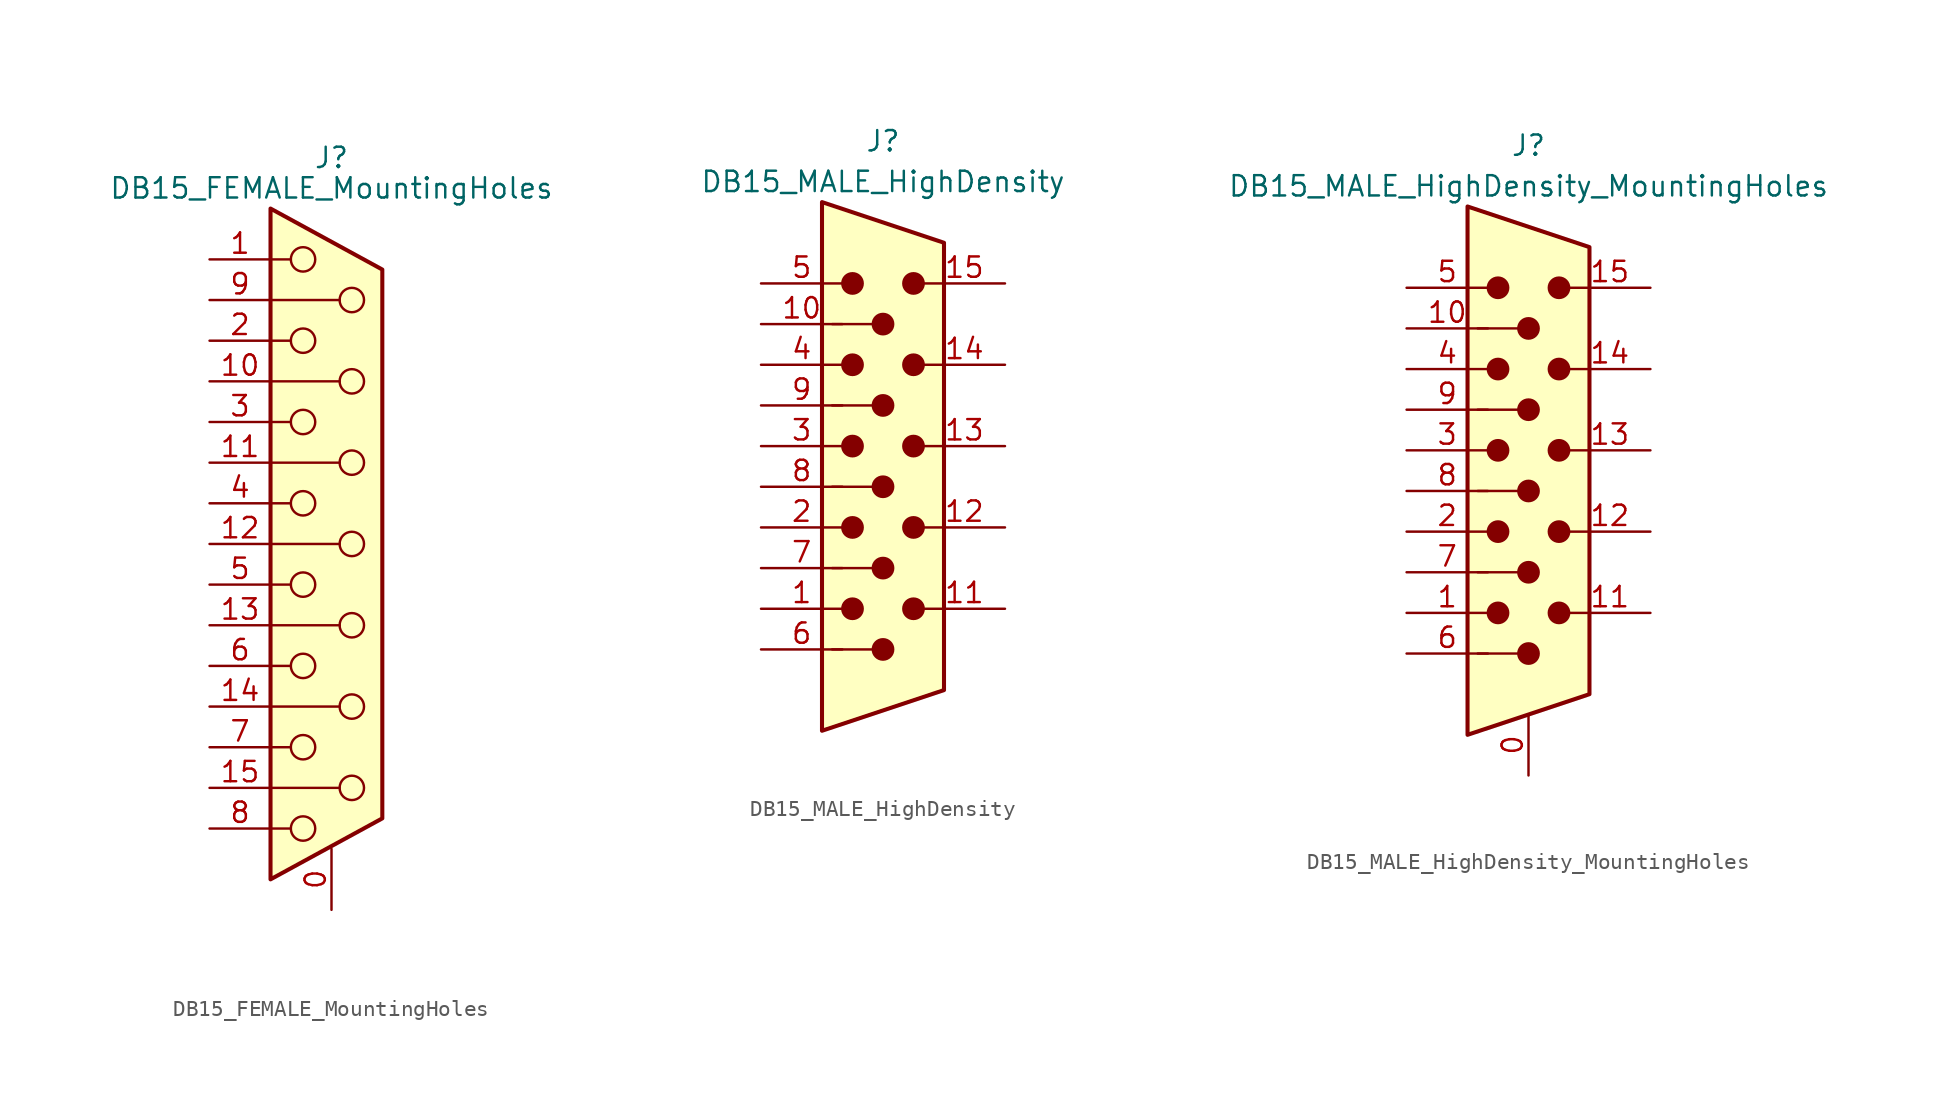
<source format=kicad_sym>
(kicad_symbol_lib
  (version 20211014)
  (generator kicad_symbol_editor)
  (symbol "DB15_FEMALE_MountingHoles"
    (pin_names
      (offset 1.016) hide)
    (property "Reference" "J"
      (at 0 24.13 0)
      (effects (font (size 1.27 1.27))))
    (property "Value" "DB15_FEMALE_MountingHoles"
      (at 0 22.225 0)
      (effects (font (size 1.27 1.27))))
    (symbol "DB15_FEMALE_MountingHoles_0_1"
      (circle (center -1.778 -17.78) (radius 0.762) (stroke (width 0) (type default) (color 0 0 0 0)) (fill (type none)))
      (circle (center -1.778 -12.7) (radius 0.762) (stroke (width 0) (type default) (color 0 0 0 0)) (fill (type none)))
      (circle (center -1.778 -7.62) (radius 0.762) (stroke (width 0) (type default) (color 0 0 0 0)) (fill (type none)))
      (circle (center -1.778 -2.54) (radius 0.762) (stroke (width 0) (type default) (color 0 0 0 0)) (fill (type none)))
      (circle (center -1.778 2.54) (radius 0.762) (stroke (width 0) (type default) (color 0 0 0 0)) (fill (type none)))
      (circle (center -1.778 7.62) (radius 0.762) (stroke (width 0) (type default) (color 0 0 0 0)) (fill (type none)))
      (circle (center -1.778 12.7) (radius 0.762) (stroke (width 0) (type default) (color 0 0 0 0)) (fill (type none)))
      (circle (center -1.778 17.78) (radius 0.762) (stroke (width 0) (type default) (color 0 0 0 0)) (fill (type none)))
      (polyline (pts (xy -3.81 -17.78) (xy -2.54 -17.78)) (stroke (width 0) (type default) (color 0 0 0 0)) (fill (type none)))
      (polyline (pts (xy -3.81 -15.24) (xy 0.508 -15.24)) (stroke (width 0) (type default) (color 0 0 0 0)) (fill (type none)))
      (polyline (pts (xy -3.81 -12.7) (xy -2.54 -12.7)) (stroke (width 0) (type default) (color 0 0 0 0)) (fill (type none)))
      (polyline (pts (xy -3.81 -10.16) (xy 0.508 -10.16)) (stroke (width 0) (type default) (color 0 0 0 0)) (fill (type none)))
      (polyline (pts (xy -3.81 -7.62) (xy -2.54 -7.62)) (stroke (width 0) (type default) (color 0 0 0 0)) (fill (type none)))
      (polyline (pts (xy -3.81 -5.08) (xy 0.508 -5.08)) (stroke (width 0) (type default) (color 0 0 0 0)) (fill (type none)))
      (polyline (pts (xy -3.81 -2.54) (xy -2.54 -2.54)) (stroke (width 0) (type default) (color 0 0 0 0)) (fill (type none)))
      (polyline (pts (xy -3.81 0) (xy 0.508 0)) (stroke (width 0) (type default) (color 0 0 0 0)) (fill (type none)))
      (polyline (pts (xy -3.81 2.54) (xy -2.54 2.54)) (stroke (width 0) (type default) (color 0 0 0 0)) (fill (type none)))
      (polyline (pts (xy -3.81 5.08) (xy 0.508 5.08)) (stroke (width 0) (type default) (color 0 0 0 0)) (fill (type none)))
      (polyline (pts (xy -3.81 7.62) (xy -2.54 7.62)) (stroke (width 0) (type default) (color 0 0 0 0)) (fill (type none)))
      (polyline (pts (xy -3.81 10.16) (xy 0.508 10.16)) (stroke (width 0) (type default) (color 0 0 0 0)) (fill (type none)))
      (polyline (pts (xy -3.81 12.7) (xy -2.54 12.7)) (stroke (width 0) (type default) (color 0 0 0 0)) (fill (type none)))
      (polyline (pts (xy -3.81 15.24) (xy 0.508 15.24)) (stroke (width 0) (type default) (color 0 0 0 0)) (fill (type none)))
      (polyline (pts (xy -3.81 17.78) (xy -2.54 17.78)) (stroke (width 0) (type default) (color 0 0 0 0)) (fill (type none)))
      (polyline (pts (xy -3.81 20.955) (xy 3.175 17.145) (xy 3.175 -17.145) (xy -3.81 -20.955) (xy -3.81 20.955)) (stroke (width 0.254) (type default) (color 0 0 0 0)) (fill (type background)))
      (circle (center 1.27 -15.24) (radius 0.762) (stroke (width 0) (type default) (color 0 0 0 0)) (fill (type none)))
      (circle (center 1.27 -10.16) (radius 0.762) (stroke (width 0) (type default) (color 0 0 0 0)) (fill (type none)))
      (circle (center 1.27 -5.08) (radius 0.762) (stroke (width 0) (type default) (color 0 0 0 0)) (fill (type none)))
      (circle (center 1.27 0) (radius 0.762) (stroke (width 0) (type default) (color 0 0 0 0)) (fill (type none)))
      (circle (center 1.27 5.08) (radius 0.762) (stroke (width 0) (type default) (color 0 0 0 0)) (fill (type none)))
      (circle (center 1.27 10.16) (radius 0.762) (stroke (width 0) (type default) (color 0 0 0 0)) (fill (type none)))
      (circle (center 1.27 15.24) (radius 0.762) (stroke (width 0) (type default) (color 0 0 0 0)) (fill (type none))))
    (symbol "DB15_FEMALE_MountingHoles_1_1"
      (pin passive line (at 0 -22.86 90) (length 3.81) (name "PAD" (effects (font (size 1.27 1.27)))) (number "0" (effects (font (size 1.27 1.27)))))
      (pin passive line (at -7.62 17.78 0) (length 3.81) (name "1" (effects (font (size 1.27 1.27)))) (number "1" (effects (font (size 1.27 1.27)))))
      (pin passive line (at -7.62 10.16 0) (length 3.81) (name "P10" (effects (font (size 1.27 1.27)))) (number "10" (effects (font (size 1.27 1.27)))))
      (pin passive line (at -7.62 5.08 0) (length 3.81) (name "P111" (effects (font (size 1.27 1.27)))) (number "11" (effects (font (size 1.27 1.27)))))
      (pin passive line (at -7.62 0 0) (length 3.81) (name "P12" (effects (font (size 1.27 1.27)))) (number "12" (effects (font (size 1.27 1.27)))))
      (pin passive line (at -7.62 -5.08 0) (length 3.81) (name "P13" (effects (font (size 1.27 1.27)))) (number "13" (effects (font (size 1.27 1.27)))))
      (pin passive line (at -7.62 -10.16 0) (length 3.81) (name "P14" (effects (font (size 1.27 1.27)))) (number "14" (effects (font (size 1.27 1.27)))))
      (pin passive line (at -7.62 -15.24 0) (length 3.81) (name "P15" (effects (font (size 1.27 1.27)))) (number "15" (effects (font (size 1.27 1.27)))))
      (pin passive line (at -7.62 12.7 0) (length 3.81) (name "2" (effects (font (size 1.27 1.27)))) (number "2" (effects (font (size 1.27 1.27)))))
      (pin passive line (at -7.62 7.62 0) (length 3.81) (name "3" (effects (font (size 1.27 1.27)))) (number "3" (effects (font (size 1.27 1.27)))))
      (pin passive line (at -7.62 2.54 0) (length 3.81) (name "4" (effects (font (size 1.27 1.27)))) (number "4" (effects (font (size 1.27 1.27)))))
      (pin passive line (at -7.62 -2.54 0) (length 3.81) (name "5" (effects (font (size 1.27 1.27)))) (number "5" (effects (font (size 1.27 1.27)))))
      (pin passive line (at -7.62 -7.62 0) (length 3.81) (name "6" (effects (font (size 1.27 1.27)))) (number "6" (effects (font (size 1.27 1.27)))))
      (pin passive line (at -7.62 -12.7 0) (length 3.81) (name "7" (effects (font (size 1.27 1.27)))) (number "7" (effects (font (size 1.27 1.27)))))
      (pin passive line (at -7.62 -17.78 0) (length 3.81) (name "8" (effects (font (size 1.27 1.27)))) (number "8" (effects (font (size 1.27 1.27)))))
      (pin passive line (at -7.62 15.24 0) (length 3.81) (name "P9" (effects (font (size 1.27 1.27)))) (number "9" (effects (font (size 1.27 1.27)))))))
  (symbol "DB15_MALE_HighDensity"
    (pin_names
      (offset 1.016) hide)
    (property "Reference" "J"
      (at 0 21.59 0)
      (effects (font (size 1.27 1.27))))
    (property "Value" "DB15_MALE_HighDensity"
      (at 0 19.05 0)
      (effects (font (size 1.27 1.27))))
    (symbol "DB15_MALE_HighDensity_0_1"
      (circle (center -1.905 -7.62) (radius 0.635) (stroke (width 0) (type default) (color 0 0 0 0)) (fill (type outline)))
      (circle (center -1.905 -2.54) (radius 0.635) (stroke (width 0) (type default) (color 0 0 0 0)) (fill (type outline)))
      (circle (center -1.905 2.54) (radius 0.635) (stroke (width 0) (type default) (color 0 0 0 0)) (fill (type outline)))
      (circle (center -1.905 7.62) (radius 0.635) (stroke (width 0) (type default) (color 0 0 0 0)) (fill (type outline)))
      (circle (center -1.905 12.7) (radius 0.635) (stroke (width 0) (type default) (color 0 0 0 0)) (fill (type outline)))
      (circle (center 0 -10.16) (radius 0.635) (stroke (width 0) (type default) (color 0 0 0 0)) (fill (type outline)))
      (circle (center 0 -5.08) (radius 0.635) (stroke (width 0) (type default) (color 0 0 0 0)) (fill (type outline)))
      (polyline (pts (xy -3.175 -5.08) (xy -0.635 -5.08)) (stroke (width 0) (type default) (color 0 0 0 0)) (fill (type none)))
      (polyline (pts (xy -0.635 -10.16) (xy -3.175 -10.16)) (stroke (width 0) (type default) (color 0 0 0 0)) (fill (type none)))
      (polyline (pts (xy -0.635 0) (xy -3.175 0)) (stroke (width 0) (type default) (color 0 0 0 0)) (fill (type none)))
      (polyline (pts (xy -0.635 5.08) (xy -3.175 5.08)) (stroke (width 0) (type default) (color 0 0 0 0)) (fill (type none)))
      (polyline (pts (xy -0.635 10.16) (xy -3.175 10.16)) (stroke (width 0) (type default) (color 0 0 0 0)) (fill (type none)))
      (polyline (pts (xy -3.81 17.78) (xy -3.81 -15.24) (xy 3.81 -12.7) (xy 3.81 15.24) (xy -3.81 17.78)) (stroke (width 0.254) (type default) (color 0 0 0 0)) (fill (type background)))
      (circle (center 0 0) (radius 0.635) (stroke (width 0) (type default) (color 0 0 0 0)) (fill (type outline)))
      (circle (center 0 5.08) (radius 0.635) (stroke (width 0) (type default) (color 0 0 0 0)) (fill (type outline)))
      (circle (center 0 10.16) (radius 0.635) (stroke (width 0) (type default) (color 0 0 0 0)) (fill (type outline)))
      (circle (center 1.905 -7.62) (radius 0.635) (stroke (width 0) (type default) (color 0 0 0 0)) (fill (type outline)))
      (circle (center 1.905 -2.54) (radius 0.635) (stroke (width 0) (type default) (color 0 0 0 0)) (fill (type outline)))
      (circle (center 1.905 2.54) (radius 0.635) (stroke (width 0) (type default) (color 0 0 0 0)) (fill (type outline)))
      (circle (center 1.905 7.62) (radius 0.635) (stroke (width 0) (type default) (color 0 0 0 0)) (fill (type outline)))
      (circle (center 1.905 12.7) (radius 0.635) (stroke (width 0) (type default) (color 0 0 0 0)) (fill (type outline))))
    (symbol "DB15_MALE_HighDensity_1_1"
      (pin passive line (at -7.62 -7.62 0) (length 5.08) (name "~" (effects (font (size 1.27 1.27)))) (number "1" (effects (font (size 1.27 1.27)))))
      (pin passive line (at -7.62 10.16 0) (length 5.08) (name "~" (effects (font (size 1.27 1.27)))) (number "10" (effects (font (size 1.27 1.27)))))
      (pin passive line (at 7.62 -7.62 180) (length 5.08) (name "~" (effects (font (size 1.27 1.27)))) (number "11" (effects (font (size 1.27 1.27)))))
      (pin passive line (at 7.62 -2.54 180) (length 5.08) (name "~" (effects (font (size 1.27 1.27)))) (number "12" (effects (font (size 1.27 1.27)))))
      (pin passive line (at 7.62 2.54 180) (length 5.08) (name "~" (effects (font (size 1.27 1.27)))) (number "13" (effects (font (size 1.27 1.27)))))
      (pin passive line (at 7.62 7.62 180) (length 5.08) (name "~" (effects (font (size 1.27 1.27)))) (number "14" (effects (font (size 1.27 1.27)))))
      (pin passive line (at 7.62 12.7 180) (length 5.08) (name "~" (effects (font (size 1.27 1.27)))) (number "15" (effects (font (size 1.27 1.27)))))
      (pin passive line (at -7.62 -2.54 0) (length 5.08) (name "~" (effects (font (size 1.27 1.27)))) (number "2" (effects (font (size 1.27 1.27)))))
      (pin passive line (at -7.62 2.54 0) (length 5.08) (name "~" (effects (font (size 1.27 1.27)))) (number "3" (effects (font (size 1.27 1.27)))))
      (pin passive line (at -7.62 7.62 0) (length 5.08) (name "~" (effects (font (size 1.27 1.27)))) (number "4" (effects (font (size 1.27 1.27)))))
      (pin passive line (at -7.62 12.7 0) (length 5.08) (name "~" (effects (font (size 1.27 1.27)))) (number "5" (effects (font (size 1.27 1.27)))))
      (pin passive line (at -7.62 -10.16 0) (length 5.08) (name "~" (effects (font (size 1.27 1.27)))) (number "6" (effects (font (size 1.27 1.27)))))
      (pin passive line (at -7.62 -5.08 0) (length 5.08) (name "~" (effects (font (size 1.27 1.27)))) (number "7" (effects (font (size 1.27 1.27)))))
      (pin passive line (at -7.62 0 0) (length 5.08) (name "~" (effects (font (size 1.27 1.27)))) (number "8" (effects (font (size 1.27 1.27)))))
      (pin passive line (at -7.62 5.08 0) (length 5.08) (name "~" (effects (font (size 1.27 1.27)))) (number "9" (effects (font (size 1.27 1.27)))))))
  (symbol "DB15_MALE_HighDensity_MountingHoles"
    (pin_names
      (offset 1.016) hide)
    (property "Reference" "J"
      (at 0 21.59 0)
      (effects (font (size 1.27 1.27))))
    (property "Value" "DB15_MALE_HighDensity_MountingHoles"
      (at 0 19.05 0)
      (effects (font (size 1.27 1.27))))
    (symbol "DB15_MALE_HighDensity_MountingHoles_0_1"
      (circle (center -1.905 -7.62) (radius 0.635) (stroke (width 0) (type default) (color 0 0 0 0)) (fill (type outline)))
      (circle (center -1.905 -2.54) (radius 0.635) (stroke (width 0) (type default) (color 0 0 0 0)) (fill (type outline)))
      (circle (center -1.905 2.54) (radius 0.635) (stroke (width 0) (type default) (color 0 0 0 0)) (fill (type outline)))
      (circle (center -1.905 7.62) (radius 0.635) (stroke (width 0) (type default) (color 0 0 0 0)) (fill (type outline)))
      (circle (center -1.905 12.7) (radius 0.635) (stroke (width 0) (type default) (color 0 0 0 0)) (fill (type outline)))
      (circle (center 0 -10.16) (radius 0.635) (stroke (width 0) (type default) (color 0 0 0 0)) (fill (type outline)))
      (circle (center 0 -5.08) (radius 0.635) (stroke (width 0) (type default) (color 0 0 0 0)) (fill (type outline)))
      (polyline (pts (xy -3.175 -5.08) (xy -0.635 -5.08)) (stroke (width 0) (type default) (color 0 0 0 0)) (fill (type none)))
      (polyline (pts (xy -0.635 -10.16) (xy -3.175 -10.16)) (stroke (width 0) (type default) (color 0 0 0 0)) (fill (type none)))
      (polyline (pts (xy -0.635 0) (xy -3.175 0)) (stroke (width 0) (type default) (color 0 0 0 0)) (fill (type none)))
      (polyline (pts (xy -0.635 5.08) (xy -3.175 5.08)) (stroke (width 0) (type default) (color 0 0 0 0)) (fill (type none)))
      (polyline (pts (xy -0.635 10.16) (xy -3.175 10.16)) (stroke (width 0) (type default) (color 0 0 0 0)) (fill (type none)))
      (polyline (pts (xy -3.81 17.78) (xy -3.81 -15.24) (xy 3.81 -12.7) (xy 3.81 15.24) (xy -3.81 17.78)) (stroke (width 0.254) (type default) (color 0 0 0 0)) (fill (type background)))
      (circle (center 0 0) (radius 0.635) (stroke (width 0) (type default) (color 0 0 0 0)) (fill (type outline)))
      (circle (center 0 5.08) (radius 0.635) (stroke (width 0) (type default) (color 0 0 0 0)) (fill (type outline)))
      (circle (center 0 10.16) (radius 0.635) (stroke (width 0) (type default) (color 0 0 0 0)) (fill (type outline)))
      (circle (center 1.905 -7.62) (radius 0.635) (stroke (width 0) (type default) (color 0 0 0 0)) (fill (type outline)))
      (circle (center 1.905 -2.54) (radius 0.635) (stroke (width 0) (type default) (color 0 0 0 0)) (fill (type outline)))
      (circle (center 1.905 2.54) (radius 0.635) (stroke (width 0) (type default) (color 0 0 0 0)) (fill (type outline)))
      (circle (center 1.905 7.62) (radius 0.635) (stroke (width 0) (type default) (color 0 0 0 0)) (fill (type outline)))
      (circle (center 1.905 12.7) (radius 0.635) (stroke (width 0) (type default) (color 0 0 0 0)) (fill (type outline))))
    (symbol "DB15_MALE_HighDensity_MountingHoles_1_1"
      (pin passive line (at 0 -17.78 90) (length 3.81) (name "~" (effects (font (size 1.27 1.27)))) (number "0" (effects (font (size 1.27 1.27)))))
      (pin passive line (at -7.62 -7.62 0) (length 5.08) (name "~" (effects (font (size 1.27 1.27)))) (number "1" (effects (font (size 1.27 1.27)))))
      (pin passive line (at -7.62 10.16 0) (length 5.08) (name "~" (effects (font (size 1.27 1.27)))) (number "10" (effects (font (size 1.27 1.27)))))
      (pin passive line (at 7.62 -7.62 180) (length 5.08) (name "~" (effects (font (size 1.27 1.27)))) (number "11" (effects (font (size 1.27 1.27)))))
      (pin passive line (at 7.62 -2.54 180) (length 5.08) (name "~" (effects (font (size 1.27 1.27)))) (number "12" (effects (font (size 1.27 1.27)))))
      (pin passive line (at 7.62 2.54 180) (length 5.08) (name "~" (effects (font (size 1.27 1.27)))) (number "13" (effects (font (size 1.27 1.27)))))
      (pin passive line (at 7.62 7.62 180) (length 5.08) (name "~" (effects (font (size 1.27 1.27)))) (number "14" (effects (font (size 1.27 1.27)))))
      (pin passive line (at 7.62 12.7 180) (length 5.08) (name "~" (effects (font (size 1.27 1.27)))) (number "15" (effects (font (size 1.27 1.27)))))
      (pin passive line (at -7.62 -2.54 0) (length 5.08) (name "~" (effects (font (size 1.27 1.27)))) (number "2" (effects (font (size 1.27 1.27)))))
      (pin passive line (at -7.62 2.54 0) (length 5.08) (name "~" (effects (font (size 1.27 1.27)))) (number "3" (effects (font (size 1.27 1.27)))))
      (pin passive line (at -7.62 7.62 0) (length 5.08) (name "~" (effects (font (size 1.27 1.27)))) (number "4" (effects (font (size 1.27 1.27)))))
      (pin passive line (at -7.62 12.7 0) (length 5.08) (name "~" (effects (font (size 1.27 1.27)))) (number "5" (effects (font (size 1.27 1.27)))))
      (pin passive line (at -7.62 -10.16 0) (length 5.08) (name "~" (effects (font (size 1.27 1.27)))) (number "6" (effects (font (size 1.27 1.27)))))
      (pin passive line (at -7.62 -5.08 0) (length 5.08) (name "~" (effects (font (size 1.27 1.27)))) (number "7" (effects (font (size 1.27 1.27)))))
      (pin passive line (at -7.62 0 0) (length 5.08) (name "~" (effects (font (size 1.27 1.27)))) (number "8" (effects (font (size 1.27 1.27)))))
      (pin passive line (at -7.62 5.08 0) (length 5.08) (name "~" (effects (font (size 1.27 1.27)))) (number "9" (effects (font (size 1.27 1.27))))))))
</source>
